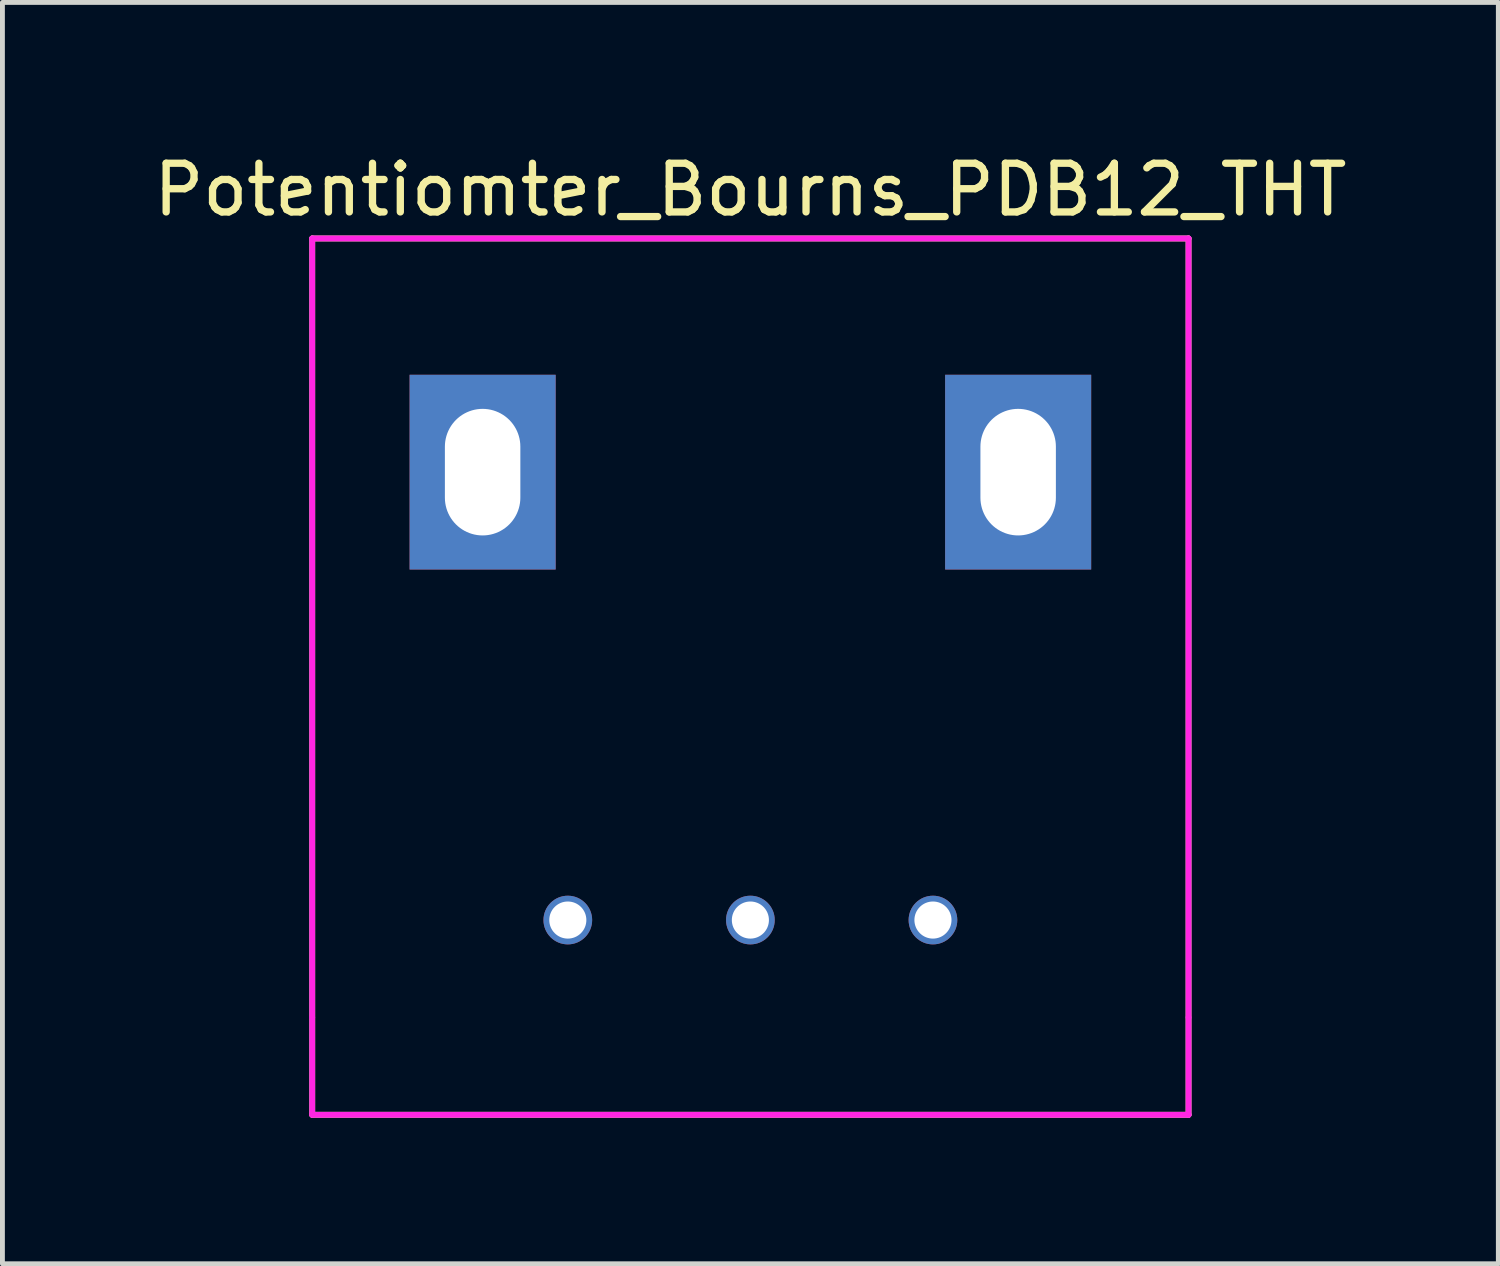
<source format=kicad_pcb>
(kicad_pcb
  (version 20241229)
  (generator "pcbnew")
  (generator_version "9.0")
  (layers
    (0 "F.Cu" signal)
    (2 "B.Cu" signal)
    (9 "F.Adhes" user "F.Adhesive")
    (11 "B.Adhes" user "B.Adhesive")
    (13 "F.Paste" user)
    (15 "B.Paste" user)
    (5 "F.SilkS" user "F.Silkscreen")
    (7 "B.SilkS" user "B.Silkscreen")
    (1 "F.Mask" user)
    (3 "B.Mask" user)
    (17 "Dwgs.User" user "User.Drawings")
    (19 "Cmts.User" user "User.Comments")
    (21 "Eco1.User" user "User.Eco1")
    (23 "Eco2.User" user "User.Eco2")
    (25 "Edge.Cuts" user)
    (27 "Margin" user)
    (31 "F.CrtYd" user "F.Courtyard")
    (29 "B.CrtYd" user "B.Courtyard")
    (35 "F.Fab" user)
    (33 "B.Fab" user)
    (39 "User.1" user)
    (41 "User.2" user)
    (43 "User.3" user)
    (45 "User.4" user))
  (footprint "Potentiomter_Bourns_PDB12_THT"
    (layer "F.Cu")
    (at 12.363 15.848)
    (property "Reference" "Potentiomter_Bourns_PDB12_THT" (at 0 -15 0) (layer "F.SilkS") (effects (font (size 1 1) (thickness 0.15))))
    (attr through_hole)
    (fp_line (start -9 -14) (end -9 4) (stroke (width 0.12) (type solid)) (layer "F.SilkS"))
    (fp_line (start -9 4) (end 9 4) (stroke (width 0.12) (type solid)) (layer "F.SilkS"))
    (fp_line (start 9 -14) (end -9 -14) (stroke (width 0.12) (type solid)) (layer "F.SilkS"))
    (fp_line (start 9 4) (end 9 -14) (stroke (width 0.12) (type solid)) (layer "F.SilkS"))
    (fp_line (start -9 -14) (end -9 2) (stroke (width 0.12) (type solid)) (layer "F.CrtYd"))
    (fp_line (start -9 2) (end -9 4) (stroke (width 0.12) (type solid)) (layer "F.CrtYd"))
    (fp_line (start -9 4) (end 9 4) (stroke (width 0.12) (type solid)) (layer "F.CrtYd"))
    (fp_line (start 9 -14) (end -9 -14) (stroke (width 0.12) (type solid)) (layer "F.CrtYd"))
    (fp_line (start 9 2) (end 9 -14) (stroke (width 0.12) (type solid)) (layer "F.CrtYd"))
    (fp_line (start 9 2) (end 9 4) (stroke (width 0.12) (type solid)) (layer "F.CrtYd"))
    (pad "" thru_hole custom (at -5.5 -9.2) (size 3 4) (drill oval 1.55 2.6) (layers "*.Cu" "*.Mask") (options (anchor rect)) (primitives))
    (pad "" thru_hole custom (at 5.5 -9.2) (size 3 4) (drill oval 1.55 2.6) (layers "*.Cu" "*.Mask") (options (anchor rect)) (primitives))
    (pad "1" thru_hole circle (at -3.75 0) (size 1 1) (drill oval 0.762) (layers "*.Cu" "*.Mask"))
    (pad "2" thru_hole circle (at 0 0) (size 1 1) (drill oval 0.762) (layers "*.Cu" "*.Mask"))
    (pad "3" thru_hole circle (at 3.75 0) (size 1 1) (drill oval 0.762) (layers "*.Cu" "*.Mask")))
  (gr_rect
    (start -3 -3)
    (end 27.726 22.908)
    (stroke (width 0.1) (type default))
    (fill no)
    (layer "Edge.Cuts")))
</source>
